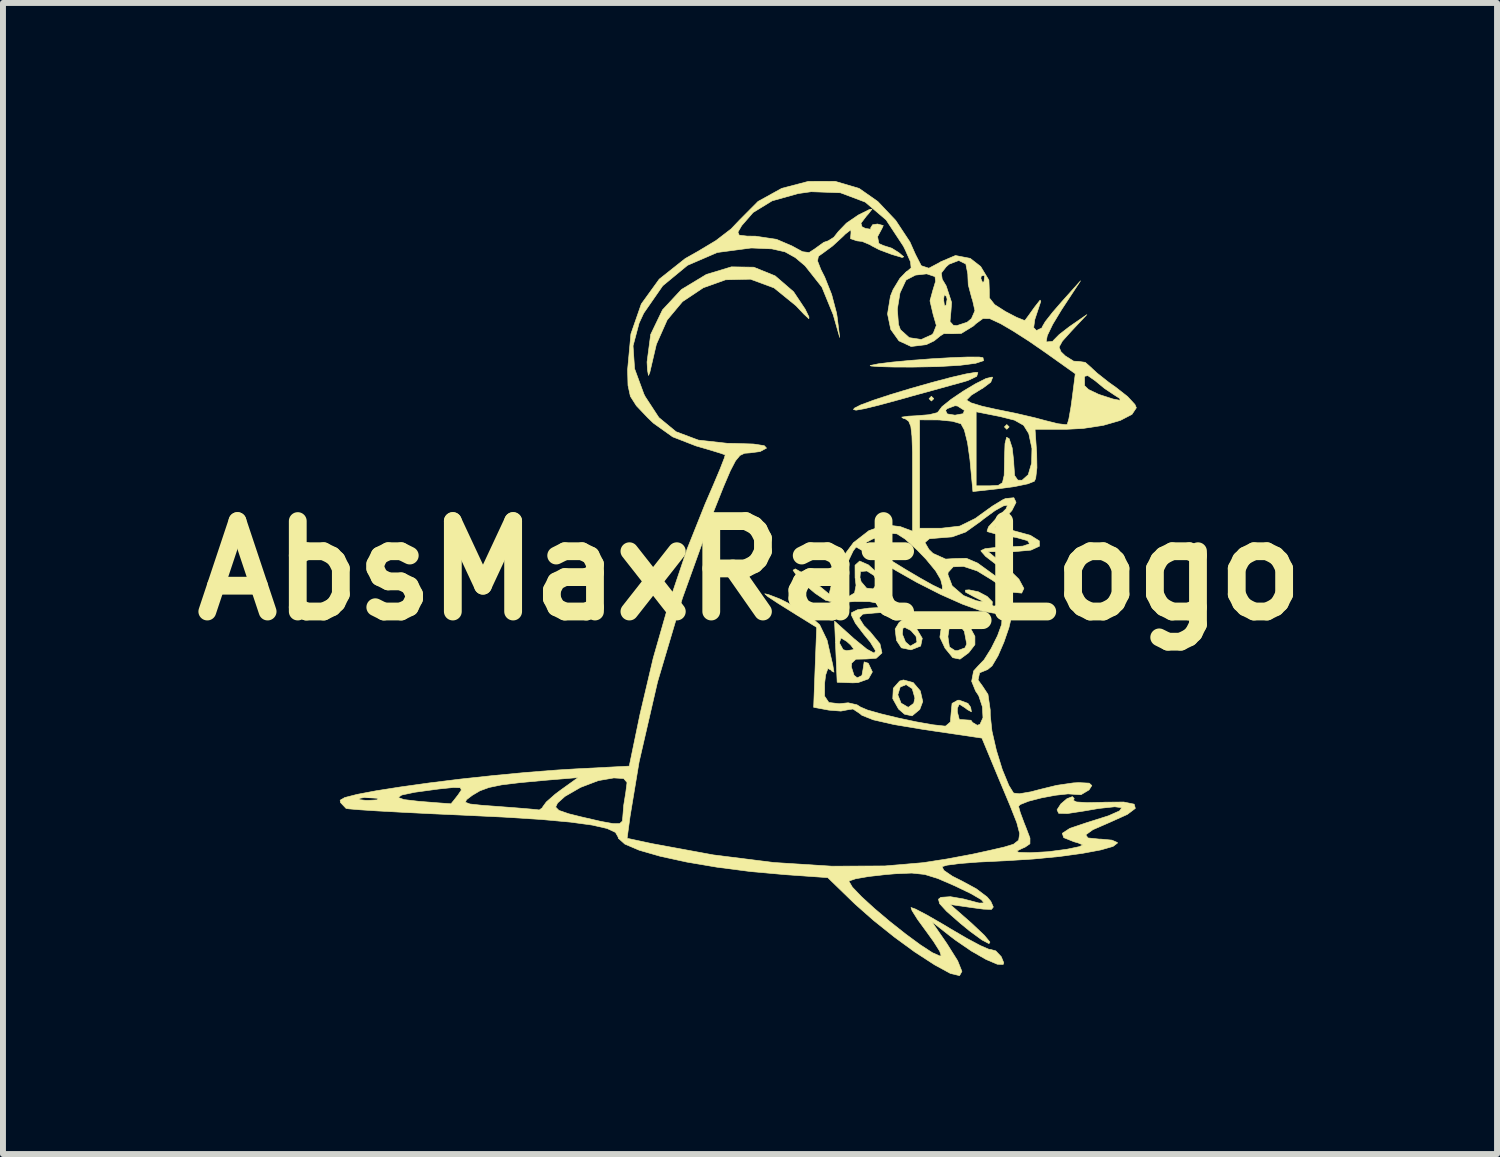
<source format=kicad_pcb>
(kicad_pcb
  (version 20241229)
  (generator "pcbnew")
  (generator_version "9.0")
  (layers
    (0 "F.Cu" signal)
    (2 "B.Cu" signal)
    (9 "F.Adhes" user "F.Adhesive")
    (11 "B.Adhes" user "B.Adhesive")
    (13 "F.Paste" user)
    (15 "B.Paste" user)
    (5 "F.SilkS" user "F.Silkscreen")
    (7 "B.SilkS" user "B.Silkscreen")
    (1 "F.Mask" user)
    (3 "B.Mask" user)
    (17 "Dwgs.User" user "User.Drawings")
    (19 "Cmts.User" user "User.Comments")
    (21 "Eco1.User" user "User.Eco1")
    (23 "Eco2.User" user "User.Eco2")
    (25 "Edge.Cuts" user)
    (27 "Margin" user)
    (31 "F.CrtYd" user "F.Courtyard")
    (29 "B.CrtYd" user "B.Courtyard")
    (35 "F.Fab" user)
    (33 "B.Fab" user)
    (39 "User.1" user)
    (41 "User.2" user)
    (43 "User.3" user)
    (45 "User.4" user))
  (footprint "AbsMaxRat_Logo"
    (layer "F.Cu")
    (at 9.587 6.564)
    (property "Reference" "AbsMaxRat_Logo" (at 0 0 0) (layer "F.SilkS") (effects (font (size 1.524 1.524) (thickness 0.3))))
    (attr through_hole)
    (fp_poly (pts (xy 3.096 -2.897) (xy 3.056 -2.857) (xy 3.016 -2.897) (xy 3.056 -2.937) (xy 3.096 -2.897)) (stroke (width 0.01) (type solid)) (fill yes) (layer "F.SilkS"))
    (fp_poly (pts (xy 4.366 -2.421) (xy 4.326 -2.381) (xy 4.286 -2.421) (xy 4.326 -2.461) (xy 4.366 -2.421)) (stroke (width 0.01) (type solid)) (fill yes) (layer "F.SilkS"))
    (fp_poly (pts (xy 3.864 -3.598) (xy 3.925 -3.588) (xy 3.935 -3.537) (xy 3.801 -3.493) (xy 3.539 -3.459) (xy 3.165 -3.437) (xy 2.738 -3.429) (xy 2.416 -3.43) (xy 2.172 -3.437) (xy 2.038 -3.447) (xy 2.024 -3.456) (xy 2.16 -3.484) (xy 2.404 -3.514) (xy 2.717 -3.543) (xy 3.059 -3.569) (xy 3.391 -3.588) (xy 3.672 -3.599) (xy 3.864 -3.598)) (stroke (width 0.01) (type solid)) (fill yes) (layer "F.SilkS"))
    (fp_poly (pts (xy 3.839 -3.336) (xy 3.819 -3.273) (xy 3.671 -3.203) (xy 3.602 -3.182) (xy 3.384 -3.122) (xy 3.07 -3.035) (xy 2.713 -2.937) (xy 2.58 -2.899) (xy 2.187 -2.792) (xy 1.928 -2.728) (xy 1.786 -2.703) (xy 1.743 -2.714) (xy 1.758 -2.737) (xy 1.864 -2.791) (xy 2.082 -2.872) (xy 2.377 -2.969) (xy 2.716 -3.071) (xy 3.062 -3.169) (xy 3.382 -3.254) (xy 3.64 -3.314) (xy 3.803 -3.341) (xy 3.839 -3.336)) (stroke (width 0.01) (type solid)) (fill yes) (layer "F.SilkS"))
    (fp_poly (pts (xy 2.696 0.844) (xy 2.786 0.945) (xy 2.902 1.141) (xy 2.875 1.271) (xy 2.712 1.335) (xy 2.55 1.301) (xy 2.468 1.176) (xy 2.455 1.07) (xy 2.566 1.07) (xy 2.619 1.201) (xy 2.698 1.27) (xy 2.703 1.27) (xy 2.803 1.213) (xy 2.812 1.2) (xy 2.797 1.108) (xy 2.709 1.008) (xy 2.61 0.958) (xy 2.576 0.97) (xy 2.566 1.07) (xy 2.455 1.07) (xy 2.445 0.984) (xy 2.513 0.873) (xy 2.607 0.805) (xy 2.696 0.844)) (stroke (width 0.01) (type solid)) (fill yes) (layer "F.SilkS"))
    (fp_poly (pts (xy 2.749 1.886) (xy 2.869 2.027) (xy 2.91 2.206) (xy 2.86 2.339) (xy 2.731 2.447) (xy 2.604 2.42) (xy 2.502 2.332) (xy 2.405 2.158) (xy 2.408 2.093) (xy 2.49 2.093) (xy 2.545 2.233) (xy 2.663 2.302) (xy 2.668 2.302) (xy 2.758 2.236) (xy 2.778 2.148) (xy 2.733 1.989) (xy 2.63 1.921) (xy 2.53 1.962) (xy 2.49 2.093) (xy 2.408 2.093) (xy 2.414 1.982) (xy 2.52 1.861) (xy 2.584 1.842) (xy 2.749 1.886)) (stroke (width 0.01) (type solid)) (fill yes) (layer "F.SilkS"))
    (fp_poly (pts (xy 0.063 -5.112) (xy 0.423 -4.966) (xy 0.734 -4.698) (xy 0.929 -4.405) (xy 0.993 -4.274) (xy 0.991 -4.244) (xy 0.908 -4.321) (xy 0.774 -4.463) (xy 0.405 -4.763) (xy 0.007 -4.91) (xy -0.413 -4.9) (xy -0.787 -4.766) (xy -1.138 -4.532) (xy -1.396 -4.223) (xy -1.578 -3.813) (xy -1.69 -3.334) (xy -1.711 -3.288) (xy -1.728 -3.381) (xy -1.735 -3.516) (xy -1.674 -3.979) (xy -1.475 -4.393) (xy -1.156 -4.736) (xy -0.736 -4.99) (xy -0.313 -5.118) (xy 0.063 -5.112)) (stroke (width 0.01) (type solid)) (fill yes) (layer "F.SilkS"))
    (fp_poly (pts (xy 3.666 0.887) (xy 3.682 0.91) (xy 3.789 1.108) (xy 3.789 1.248) (xy 3.685 1.383) (xy 3.538 1.492) (xy 3.416 1.467) (xy 3.285 1.306) (xy 3.199 1.122) (xy 3.2 1.111) (xy 3.334 1.111) (xy 3.359 1.286) (xy 3.452 1.347) (xy 3.493 1.349) (xy 3.621 1.302) (xy 3.651 1.237) (xy 3.611 1.023) (xy 3.509 0.892) (xy 3.444 0.873) (xy 3.359 0.945) (xy 3.334 1.111) (xy 3.2 1.111) (xy 3.224 0.949) (xy 3.241 0.91) (xy 3.365 0.746) (xy 3.51 0.739) (xy 3.666 0.887)) (stroke (width 0.01) (type solid)) (fill yes) (layer "F.SilkS"))
    (fp_poly (pts (xy 1.839 -6.439) (xy 2.153 -6.219) (xy 2.454 -5.901) (xy 2.694 -5.538) (xy 2.786 -5.33) (xy 2.885 -5.137) (xy 3.013 -5.095) (xy 3.198 -5.193) (xy 3.21 -5.202) (xy 3.461 -5.309) (xy 3.71 -5.261) (xy 3.886 -5.124) (xy 4.025 -4.893) (xy 4.031 -4.734) (xy 4.032 -4.595) (xy 4.121 -4.482) (xy 4.304 -4.365) (xy 4.494 -4.266) (xy 4.615 -4.218) (xy 4.635 -4.219) (xy 4.692 -4.296) (xy 4.798 -4.444) (xy 4.799 -4.445) (xy 4.887 -4.557) (xy 4.899 -4.537) (xy 4.882 -4.485) (xy 4.798 -4.231) (xy 4.779 -4.094) (xy 4.822 -4.049) (xy 4.833 -4.048) (xy 4.919 -4.09) (xy 4.924 -4.108) (xy 4.974 -4.194) (xy 5.103 -4.358) (xy 5.247 -4.524) (xy 5.568 -4.882) (xy 5.245 -4.39) (xy 5.099 -4.148) (xy 5.008 -3.959) (xy 4.99 -3.859) (xy 4.995 -3.853) (xy 5.098 -3.862) (xy 5.117 -3.884) (xy 5.209 -3.977) (xy 5.377 -4.107) (xy 5.42 -4.137) (xy 5.675 -4.313) (xy 5.415 -4.036) (xy 5.262 -3.866) (xy 5.207 -3.766) (xy 5.239 -3.688) (xy 5.311 -3.618) (xy 5.452 -3.529) (xy 5.542 -3.524) (xy 5.647 -3.509) (xy 5.721 -3.445) (xy 5.846 -3.329) (xy 6.046 -3.171) (xy 6.167 -3.085) (xy 6.361 -2.933) (xy 6.485 -2.799) (xy 6.509 -2.743) (xy 6.435 -2.632) (xy 6.238 -2.53) (xy 5.951 -2.447) (xy 5.61 -2.395) (xy 5.336 -2.381) (xy 4.802 -2.381) (xy 4.83 -1.977) (xy 4.834 -1.733) (xy 4.813 -1.555) (xy 4.791 -1.506) (xy 4.68 -1.462) (xy 4.463 -1.417) (xy 4.239 -1.386) (xy 3.755 -1.332) (xy 3.746 -1.429) (xy 3.81 -1.429) (xy 4.048 -1.429) (xy 4.182 -1.436) (xy 4.253 -1.481) (xy 4.282 -1.605) (xy 4.287 -1.843) (xy 4.287 -1.885) (xy 4.296 -2.14) (xy 4.323 -2.246) (xy 4.366 -2.223) (xy 4.417 -2.067) (xy 4.443 -1.84) (xy 4.444 -1.8) (xy 4.458 -1.601) (xy 4.512 -1.524) (xy 4.584 -1.523) (xy 4.687 -1.615) (xy 4.744 -1.81) (xy 4.75 -2.057) (xy 4.697 -2.306) (xy 4.693 -2.314) (xy 4.61 -2.448) (xy 4.456 -2.535) (xy 4.213 -2.596) (xy 3.81 -2.676) (xy 3.81 -1.429) (xy 3.746 -1.429) (xy 3.705 -1.871) (xy 3.665 -2.154) (xy 3.611 -2.37) (xy 3.554 -2.474) (xy 3.411 -2.516) (xy 3.193 -2.538) (xy 3.155 -2.539) (xy 2.857 -2.54) (xy 2.857 -0.714) (xy 3.223 -0.714) (xy 3.534 -0.75) (xy 3.796 -0.879) (xy 3.878 -0.939) (xy 4.084 -1.087) (xy 4.258 -1.193) (xy 4.304 -1.214) (xy 4.445 -1.228) (xy 4.482 -1.15) (xy 4.412 -1.012) (xy 4.329 -0.922) (xy 4.124 -0.733) (xy 4.423 -0.677) (xy 4.723 -0.595) (xy 4.874 -0.501) (xy 4.877 -0.412) (xy 4.732 -0.345) (xy 4.438 -0.318) (xy 4.422 -0.318) (xy 4.012 -0.318) (xy 4.308 -0.074) (xy 4.53 0.144) (xy 4.614 0.3) (xy 4.577 0.379) (xy 4.433 0.365) (xy 4.197 0.242) (xy 4.082 0.161) (xy 3.827 0.005) (xy 3.597 -0.071) (xy 3.423 -0.064) (xy 3.337 0.031) (xy 3.334 0.067) (xy 3.406 0.257) (xy 3.595 0.419) (xy 3.81 0.506) (xy 3.92 0.528) (xy 3.895 0.502) (xy 3.77 0.439) (xy 3.63 0.362) (xy 3.629 0.329) (xy 3.691 0.324) (xy 3.847 0.357) (xy 3.995 0.435) (xy 4.083 0.525) (xy 4.079 0.578) (xy 4.103 0.599) (xy 4.19 0.583) (xy 4.343 0.588) (xy 4.404 0.633) (xy 4.41 0.756) (xy 4.362 0.962) (xy 4.278 1.205) (xy 4.178 1.436) (xy 4.078 1.605) (xy 4.003 1.667) (xy 3.868 1.722) (xy 3.842 1.843) (xy 3.917 1.946) (xy 4.009 2.086) (xy 4.047 2.347) (xy 4.048 2.439) (xy 4.076 2.703) (xy 4.15 3.026) (xy 4.25 3.351) (xy 4.361 3.62) (xy 4.44 3.748) (xy 4.537 3.76) (xy 4.732 3.727) (xy 4.876 3.689) (xy 5.166 3.618) (xy 5.446 3.577) (xy 5.539 3.572) (xy 5.715 3.581) (xy 5.759 3.621) (xy 5.712 3.695) (xy 5.576 3.776) (xy 5.49 3.771) (xy 5.358 3.762) (xy 5.146 3.785) (xy 4.907 3.83) (xy 4.691 3.886) (xy 4.551 3.942) (xy 4.524 3.972) (xy 4.553 4.076) (xy 4.622 4.262) (xy 4.645 4.318) (xy 4.717 4.507) (xy 4.716 4.603) (xy 4.633 4.66) (xy 4.586 4.68) (xy 4.494 4.725) (xy 4.527 4.747) (xy 4.703 4.753) (xy 4.723 4.753) (xy 5.027 4.736) (xy 5.337 4.695) (xy 5.358 4.691) (xy 5.552 4.65) (xy 5.605 4.621) (xy 5.528 4.588) (xy 5.457 4.568) (xy 5.285 4.499) (xy 5.261 4.426) (xy 5.388 4.343) (xy 5.669 4.248) (xy 5.695 4.24) (xy 6.039 4.131) (xy 6.228 4.047) (xy 6.262 3.994) (xy 6.145 3.979) (xy 5.878 4.007) (xy 5.634 4.049) (xy 5.348 4.093) (xy 5.2 4.089) (xy 5.173 4.03) (xy 5.237 3.931) (xy 5.34 3.843) (xy 5.432 3.808) (xy 5.462 3.841) (xy 5.448 3.872) (xy 5.501 3.898) (xy 5.676 3.909) (xy 5.936 3.904) (xy 5.969 3.902) (xy 6.297 3.899) (xy 6.472 3.935) (xy 6.492 4.006) (xy 6.357 4.108) (xy 6.066 4.239) (xy 6.048 4.247) (xy 5.775 4.366) (xy 5.657 4.452) (xy 5.694 4.504) (xy 5.887 4.524) (xy 5.913 4.524) (xy 6.097 4.541) (xy 6.189 4.581) (xy 6.191 4.59) (xy 6.116 4.647) (xy 5.91 4.706) (xy 5.6 4.764) (xy 5.213 4.817) (xy 4.776 4.859) (xy 4.317 4.888) (xy 4.209 4.893) (xy 3.842 4.911) (xy 3.535 4.935) (xy 3.32 4.963) (xy 3.235 4.988) (xy 3.266 5.051) (xy 3.409 5.149) (xy 3.572 5.231) (xy 3.812 5.361) (xy 3.996 5.5) (xy 4.057 5.573) (xy 4.099 5.668) (xy 4.068 5.708) (xy 3.933 5.704) (xy 3.759 5.681) (xy 3.373 5.626) (xy 3.731 5.94) (xy 3.947 6.144) (xy 4.042 6.259) (xy 4.026 6.285) (xy 3.908 6.223) (xy 3.701 6.072) (xy 3.546 5.945) (xy 3.313 5.741) (xy 3.194 5.611) (xy 3.175 5.536) (xy 3.215 5.505) (xy 3.376 5.494) (xy 3.598 5.532) (xy 3.634 5.542) (xy 3.859 5.601) (xy 3.944 5.599) (xy 3.896 5.543) (xy 3.72 5.441) (xy 3.452 5.312) (xy 3.163 5.187) (xy 2.942 5.119) (xy 2.725 5.096) (xy 2.445 5.108) (xy 2.288 5.121) (xy 1.997 5.154) (xy 1.779 5.192) (xy 1.672 5.228) (xy 1.667 5.236) (xy 1.724 5.333) (xy 1.877 5.493) (xy 2.097 5.694) (xy 2.355 5.912) (xy 2.623 6.124) (xy 2.872 6.307) (xy 3.073 6.438) (xy 3.198 6.493) (xy 3.221 6.489) (xy 3.196 6.413) (xy 3.094 6.251) (xy 2.97 6.079) (xy 2.822 5.876) (xy 2.73 5.729) (xy 2.712 5.676) (xy 2.787 5.702) (xy 2.966 5.795) (xy 3.217 5.939) (xy 3.372 6.032) (xy 3.653 6.196) (xy 3.881 6.318) (xy 4.026 6.381) (xy 4.057 6.384) (xy 4.14 6.407) (xy 4.232 6.504) (xy 4.275 6.607) (xy 4.265 6.636) (xy 4.166 6.632) (xy 3.976 6.551) (xy 3.73 6.41) (xy 3.463 6.227) (xy 3.376 6.161) (xy 3.061 5.913) (xy 3.317 6.285) (xy 3.498 6.573) (xy 3.57 6.753) (xy 3.53 6.824) (xy 3.377 6.788) (xy 3.111 6.643) (xy 2.772 6.423) (xy 2.433 6.175) (xy 2.079 5.892) (xy 1.781 5.629) (xy 1.746 5.596) (xy 1.31 5.173) (xy 0.595 5.123) (xy 0.006 5.07) (xy -0.556 4.997) (xy -1.069 4.91) (xy -1.513 4.813) (xy -1.867 4.711) (xy -2.109 4.608) (xy -2.218 4.51) (xy -2.218 4.51) (xy -2.071 4.51) (xy -1.651 4.6) (xy -0.618 4.79) (xy 0.402 4.918) (xy 1.377 4.98) (xy 2.273 4.976) (xy 2.916 4.921) (xy 3.314 4.859) (xy 3.752 4.777) (xy 4.048 4.712) (xy 4.282 4.658) (xy 4.44 4.61) (xy 4.526 4.542) (xy 4.543 4.43) (xy 4.495 4.247) (xy 4.385 3.968) (xy 4.217 3.567) (xy 4.205 3.539) (xy 3.907 2.822) (xy 2.926 2.677) (xy 2.423 2.593) (xy 2.077 2.514) (xy 1.885 2.438) (xy 1.851 2.409) (xy 1.735 2.332) (xy 1.667 2.341) (xy 1.531 2.367) (xy 1.329 2.351) (xy 1.324 2.35) (xy 1.072 2.303) (xy 1.097 1.629) (xy 1.123 0.956) (xy 0.768 0.736) (xy 0.469 0.549) (xy 0.298 0.436) (xy 0.248 0.39) (xy 0.311 0.404) (xy 0.481 0.469) (xy 0.516 0.484) (xy 0.917 0.686) (xy 1.173 0.912) (xy 1.298 1.172) (xy 1.299 1.176) (xy 1.355 1.422) (xy 1.394 1.587) (xy 1.414 1.711) (xy 1.376 1.692) (xy 1.366 1.677) (xy 1.312 1.649) (xy 1.274 1.758) (xy 1.257 1.895) (xy 1.256 2.115) (xy 1.328 2.222) (xy 1.504 2.243) (xy 1.653 2.227) (xy 1.802 2.261) (xy 1.862 2.299) (xy 1.979 2.349) (xy 2.205 2.413) (xy 2.495 2.483) (xy 2.801 2.548) (xy 3.077 2.597) (xy 3.275 2.619) (xy 3.296 2.619) (xy 3.376 2.55) (xy 3.388 2.401) (xy 3.404 2.237) (xy 3.5 2.184) (xy 3.526 2.183) (xy 3.671 2.237) (xy 3.717 2.302) (xy 3.73 2.379) (xy 3.662 2.342) (xy 3.624 2.312) (xy 3.525 2.249) (xy 3.494 2.318) (xy 3.493 2.38) (xy 3.526 2.509) (xy 3.606 2.513) (xy 3.722 2.521) (xy 3.75 2.559) (xy 3.829 2.606) (xy 3.875 2.589) (xy 3.925 2.478) (xy 3.915 2.294) (xy 3.853 2.107) (xy 3.8 2.028) (xy 3.734 1.865) (xy 3.767 1.691) (xy 3.839 1.611) (xy 3.944 1.502) (xy 4.063 1.312) (xy 4.171 1.095) (xy 4.24 0.904) (xy 4.245 0.791) (xy 4.132 0.72) (xy 4.086 0.714) (xy 3.883 0.675) (xy 3.579 0.565) (xy 3.21 0.401) (xy 2.81 0.198) (xy 2.456 -0.003) (xy 2.175 -0.171) (xy 1.951 -0.304) (xy 1.814 -0.383) (xy 1.787 -0.397) (xy 1.737 -0.33) (xy 1.658 -0.165) (xy 1.57 0.046) (xy 1.493 0.253) (xy 1.45 0.402) (xy 1.449 0.444) (xy 1.554 0.461) (xy 1.655 0.44) (xy 1.761 0.377) (xy 1.786 0.248) (xy 1.77 0.115) (xy 1.77 0.115) (xy 1.852 0.115) (xy 1.872 0.187) (xy 1.963 0.295) (xy 2.075 0.308) (xy 2.141 0.222) (xy 2.143 0.196) (xy 2.088 0.082) (xy 1.97 0.006) (xy 1.864 0.015) (xy 1.86 0.019) (xy 1.852 0.115) (xy 1.77 0.115) (xy 1.769 -0.09) (xy 1.847 -0.161) (xy 1.994 -0.097) (xy 2.141 0.037) (xy 2.259 0.191) (xy 2.262 0.301) (xy 2.232 0.346) (xy 2.184 0.448) (xy 2.26 0.504) (xy 2.375 0.584) (xy 2.351 0.66) (xy 2.206 0.708) (xy 2.103 0.714) (xy 1.9 0.733) (xy 1.839 0.798) (xy 1.918 0.925) (xy 2.024 1.032) (xy 2.189 1.233) (xy 2.223 1.387) (xy 2.127 1.476) (xy 1.965 1.489) (xy 1.783 1.493) (xy 1.713 1.559) (xy 1.707 1.621) (xy 1.752 1.763) (xy 1.806 1.806) (xy 1.885 1.768) (xy 1.905 1.658) (xy 1.923 1.538) (xy 1.988 1.559) (xy 1.995 1.566) (xy 2.061 1.707) (xy 1.995 1.824) (xy 1.82 1.887) (xy 1.73 1.891) (xy 1.468 1.881) (xy 1.446 1.366) (xy 1.44 1.221) (xy 1.508 1.221) (xy 1.568 1.332) (xy 1.627 1.349) (xy 1.733 1.333) (xy 1.746 1.319) (xy 1.694 1.251) (xy 1.627 1.191) (xy 1.533 1.135) (xy 1.508 1.208) (xy 1.508 1.221) (xy 1.44 1.221) (xy 1.424 0.851) (xy 1.751 1.146) (xy 1.969 1.324) (xy 2.093 1.391) (xy 2.115 1.35) (xy 2.026 1.205) (xy 1.914 1.069) (xy 1.776 0.888) (xy 1.708 0.75) (xy 1.709 0.71) (xy 1.812 0.659) (xy 2.006 0.631) (xy 2.049 0.629) (xy 2.223 0.62) (xy 2.254 0.594) (xy 2.183 0.556) (xy 2.007 0.522) (xy 1.758 0.521) (xy 1.667 0.528) (xy 1.44 0.541) (xy 1.273 0.5) (xy 1.096 0.381) (xy 0.992 0.293) (xy 0.8 0.105) (xy 0.725 -0.007) (xy 0.763 -0.029) (xy 0.908 0.052) (xy 1.048 0.16) (xy 1.333 0.395) (xy 1.386 0.178) (xy 1.525 -0.177) (xy 1.741 -0.469) (xy 1.743 -0.471) (xy 1.951 -0.471) (xy 2 -0.421) (xy 2.152 -0.314) (xy 2.371 -0.173) (xy 2.623 -0.018) (xy 2.871 0.128) (xy 3.08 0.245) (xy 3.215 0.31) (xy 3.24 0.316) (xy 3.239 0.254) (xy 3.212 0.149) (xy 3.127 0.004) (xy 2.963 -0.195) (xy 2.814 -0.349) (xy 2.677 -0.473) (xy 2.947 -0.473) (xy 3.015 -0.356) (xy 3.083 -0.29) (xy 3.296 -0.194) (xy 3.461 -0.204) (xy 3.645 -0.208) (xy 3.834 -0.127) (xy 4.001 -0.006) (xy 4.243 0.17) (xy 4.382 0.233) (xy 4.415 0.182) (xy 4.402 0.139) (xy 4.314 0.031) (xy 4.15 -0.103) (xy 4.127 -0.119) (xy 3.97 -0.239) (xy 3.892 -0.328) (xy 3.89 -0.337) (xy 3.961 -0.37) (xy 4.147 -0.391) (xy 4.331 -0.397) (xy 4.598 -0.413) (xy 4.713 -0.453) (xy 4.675 -0.505) (xy 4.482 -0.559) (xy 4.361 -0.578) (xy 4.148 -0.615) (xy 4.011 -0.653) (xy 3.993 -0.664) (xy 4.018 -0.737) (xy 4.135 -0.867) (xy 4.178 -0.906) (xy 4.315 -1.043) (xy 4.339 -1.103) (xy 4.269 -1.09) (xy 4.127 -1.011) (xy 3.934 -0.87) (xy 3.889 -0.833) (xy 3.633 -0.65) (xy 3.405 -0.568) (xy 3.247 -0.556) (xy 3.022 -0.537) (xy 2.947 -0.473) (xy 2.677 -0.473) (xy 2.614 -0.531) (xy 2.477 -0.619) (xy 2.356 -0.631) (xy 2.233 -0.597) (xy 2.053 -0.527) (xy 1.952 -0.471) (xy 1.951 -0.471) (xy 1.743 -0.471) (xy 2.004 -0.674) (xy 2.284 -0.77) (xy 2.53 -0.742) (xy 2.738 -0.664) (xy 2.738 -1.599) (xy 2.737 -1.998) (xy 2.728 -2.266) (xy 2.709 -2.43) (xy 2.673 -2.517) (xy 2.618 -2.556) (xy 2.58 -2.566) (xy 2.556 -2.586) (xy 2.666 -2.602) (xy 2.798 -2.609) (xy 3.018 -2.627) (xy 3.154 -2.661) (xy 3.175 -2.682) (xy 3.187 -2.699) (xy 3.294 -2.699) (xy 3.323 -2.64) (xy 3.453 -2.619) (xy 3.591 -2.644) (xy 3.612 -2.699) (xy 3.496 -2.773) (xy 3.453 -2.778) (xy 3.32 -2.728) (xy 3.294 -2.699) (xy 3.187 -2.699) (xy 3.235 -2.763) (xy 3.387 -2.885) (xy 3.589 -3.022) (xy 3.8 -3.148) (xy 3.977 -3.237) (xy 4.079 -3.261) (xy 4.087 -3.255) (xy 4.056 -3.174) (xy 3.92 -3.072) (xy 3.892 -3.057) (xy 3.73 -2.957) (xy 3.652 -2.878) (xy 3.651 -2.872) (xy 3.723 -2.827) (xy 3.909 -2.77) (xy 4.147 -2.717) (xy 4.478 -2.65) (xy 4.803 -2.574) (xy 4.978 -2.527) (xy 5.188 -2.475) (xy 5.323 -2.459) (xy 5.345 -2.465) (xy 5.372 -2.557) (xy 5.407 -2.756) (xy 5.428 -2.909) (xy 5.474 -3.268) (xy 5.636 -3.268) (xy 5.637 -3.132) (xy 5.637 -3.115) (xy 5.704 -3.051) (xy 5.868 -2.973) (xy 5.895 -2.963) (xy 6.117 -2.891) (xy 6.234 -2.869) (xy 6.231 -2.9) (xy 6.152 -2.95) (xy 5.972 -3.07) (xy 5.814 -3.2) (xy 5.692 -3.285) (xy 5.636 -3.274) (xy 5.636 -3.268) (xy 5.474 -3.268) (xy 5.48 -3.317) (xy 4.982 -3.671) (xy 4.7 -3.866) (xy 4.428 -4.04) (xy 4.225 -4.159) (xy 4.219 -4.162) (xy 4.038 -4.246) (xy 3.924 -4.247) (xy 3.806 -4.161) (xy 3.766 -4.123) (xy 3.559 -3.996) (xy 3.417 -3.991) (xy 3.266 -3.993) (xy 3.207 -3.956) (xy 3.102 -3.871) (xy 2.969 -3.807) (xy 2.714 -3.776) (xy 2.509 -3.871) (xy 2.371 -4.064) (xy 2.317 -4.324) (xy 2.33 -4.406) (xy 2.482 -4.406) (xy 2.501 -4.149) (xy 2.534 -4.059) (xy 2.683 -3.925) (xy 2.884 -3.894) (xy 3.065 -3.975) (xy 3.088 -4) (xy 3.139 -4.131) (xy 3.085 -4.317) (xy 3.085 -4.317) (xy 3.032 -4.545) (xy 3.039 -4.571) (xy 3.261 -4.571) (xy 3.275 -4.468) (xy 3.302 -4.466) (xy 3.321 -4.573) (xy 3.309 -4.619) (xy 3.273 -4.649) (xy 3.261 -4.571) (xy 3.039 -4.571) (xy 3.078 -4.715) (xy 3.126 -4.873) (xy 3.117 -4.953) (xy 2.977 -5) (xy 2.788 -4.979) (xy 2.636 -4.9) (xy 2.625 -4.889) (xy 2.527 -4.68) (xy 2.482 -4.406) (xy 2.33 -4.406) (xy 2.366 -4.625) (xy 2.41 -4.734) (xy 2.525 -4.924) (xy 2.612 -5.014) (xy 3.223 -5.014) (xy 3.238 -4.909) (xy 3.305 -4.797) (xy 3.396 -4.519) (xy 3.385 -4.365) (xy 3.369 -4.196) (xy 3.426 -4.133) (xy 3.485 -4.128) (xy 3.658 -4.185) (xy 3.731 -4.246) (xy 3.789 -4.379) (xy 3.748 -4.562) (xy 3.738 -4.586) (xy 3.677 -4.816) (xy 3.672 -4.921) (xy 3.889 -4.921) (xy 3.918 -4.856) (xy 3.942 -4.868) (xy 3.952 -4.963) (xy 3.942 -4.974) (xy 3.895 -4.963) (xy 3.889 -4.921) (xy 3.672 -4.921) (xy 3.669 -4.999) (xy 3.636 -5.166) (xy 3.517 -5.225) (xy 3.355 -5.163) (xy 3.305 -5.119) (xy 3.223 -5.014) (xy 2.612 -5.014) (xy 2.639 -5.041) (xy 2.656 -5.05) (xy 2.714 -5.1) (xy 2.704 -5.203) (xy 2.619 -5.396) (xy 2.585 -5.465) (xy 2.292 -5.91) (xy 1.941 -6.209) (xy 1.523 -6.366) (xy 1.031 -6.384) (xy 0.811 -6.353) (xy 0.372 -6.23) (xy 0.052 -6.034) (xy -0.141 -5.812) (xy -0.204 -5.703) (xy -0.183 -5.652) (xy -0.048 -5.636) (xy 0.09 -5.635) (xy 0.445 -5.582) (xy 0.703 -5.472) (xy 0.885 -5.373) (xy 0.996 -5.359) (xy 1.097 -5.425) (xy 1.107 -5.433) (xy 1.243 -5.531) (xy 1.317 -5.556) (xy 1.412 -5.616) (xy 1.488 -5.713) (xy 1.625 -5.855) (xy 1.826 -5.992) (xy 1.845 -6.001) (xy 2.011 -6.084) (xy 2.055 -6.09) (xy 1.997 -6.014) (xy 1.961 -5.974) (xy 1.869 -5.853) (xy 1.887 -5.793) (xy 1.945 -5.765) (xy 2.034 -5.752) (xy 2.034 -5.778) (xy 2.066 -5.828) (xy 2.148 -5.84) (xy 2.245 -5.814) (xy 2.221 -5.761) (xy 2.149 -5.627) (xy 2.17 -5.512) (xy 2.247 -5.477) (xy 2.388 -5.432) (xy 2.505 -5.359) (xy 2.59 -5.287) (xy 2.563 -5.276) (xy 2.407 -5.322) (xy 2.381 -5.33) (xy 2.176 -5.407) (xy 2.038 -5.479) (xy 2.028 -5.488) (xy 1.89 -5.546) (xy 1.801 -5.556) (xy 1.693 -5.593) (xy 1.701 -5.691) (xy 1.699 -5.743) (xy 1.605 -5.67) (xy 1.566 -5.631) (xy 1.391 -5.47) (xy 1.235 -5.355) (xy 1.152 -5.296) (xy 1.137 -5.218) (xy 1.193 -5.074) (xy 1.258 -4.946) (xy 1.375 -4.653) (xy 1.458 -4.339) (xy 1.468 -4.274) (xy 1.511 -3.929) (xy 1.401 -4.313) (xy 1.211 -4.777) (xy 0.927 -5.136) (xy 0.763 -5.274) (xy 0.589 -5.371) (xy 0.368 -5.421) (xy 0.045 -5.435) (xy 0.014 -5.435) (xy -0.552 -5.36) (xy -1.053 -5.144) (xy -1.471 -4.799) (xy -1.792 -4.336) (xy -1.869 -4.17) (xy -1.971 -3.787) (xy -1.945 -3.401) (xy -1.788 -2.974) (xy -1.766 -2.931) (xy -1.536 -2.579) (xy -1.246 -2.34) (xy -0.871 -2.199) (xy -0.384 -2.145) (xy -0.256 -2.143) (xy 0.058 -2.133) (xy 0.24 -2.105) (xy 0.278 -2.064) (xy 0.17 -2.006) (xy 0.002 -1.984) (xy -0.092 -1.977) (xy -0.17 -1.94) (xy -0.245 -1.849) (xy -0.332 -1.682) (xy -0.446 -1.415) (xy -0.601 -1.026) (xy -0.622 -0.972) (xy -1.14 0.467) (xy -1.558 1.874) (xy -1.869 3.223) (xy -2.021 4.14) (xy -2.071 4.51) (xy -2.218 4.51) (xy -2.223 4.488) (xy -2.267 4.411) (xy -2.408 4.345) (xy -2.657 4.288) (xy -3.022 4.238) (xy -3.516 4.193) (xy -4.149 4.153) (xy -4.842 4.12) (xy -5.374 4.096) (xy -5.855 4.072) (xy -6.263 4.05) (xy -6.572 4.03) (xy -6.761 4.014) (xy -6.806 4.007) (xy -6.899 3.909) (xy -6.906 3.868) (xy -6.887 3.858) (xy -6.593 3.858) (xy -6.483 3.87) (xy -6.429 3.871) (xy -6.285 3.863) (xy -6.268 3.842) (xy -6.29 3.835) (xy -6.491 3.822) (xy -5.928 3.822) (xy -5.83 3.858) (xy -5.574 3.888) (xy -5.556 3.889) (xy -5.293 3.91) (xy -5.107 3.924) (xy -5.038 3.929) (xy -5.017 3.903) (xy -4.796 3.903) (xy -4.72 3.932) (xy -4.528 3.953) (xy -4.247 3.974) (xy -3.942 3.997) (xy -3.701 4.017) (xy -3.565 4.031) (xy -3.552 4.034) (xy -3.493 3.991) (xy -3.493 3.984) (xy -3.275 3.984) (xy -3.22 4.04) (xy -3.054 4.097) (xy -2.841 4.15) (xy -2.511 4.226) (xy -2.306 4.263) (xy -2.196 4.262) (xy -2.151 4.221) (xy -2.143 4.14) (xy -2.143 4.137) (xy -2.128 3.952) (xy -2.094 3.741) (xy -2.072 3.57) (xy -2.129 3.503) (xy -2.295 3.493) (xy -2.556 3.538) (xy -2.855 3.652) (xy -3.118 3.804) (xy -3.243 3.916) (xy -3.275 3.984) (xy -3.493 3.984) (xy -3.493 3.981) (xy -3.433 3.899) (xy -3.284 3.768) (xy -3.195 3.701) (xy -2.897 3.487) (xy -3.453 3.533) (xy -3.882 3.573) (xy -4.186 3.61) (xy -4.398 3.654) (xy -4.551 3.71) (xy -4.678 3.785) (xy -4.686 3.791) (xy -4.777 3.86) (xy -4.796 3.903) (xy -5.017 3.903) (xy -4.994 3.875) (xy -4.919 3.779) (xy -4.864 3.697) (xy -4.881 3.658) (xy -4.997 3.654) (xy -5.24 3.679) (xy -5.279 3.684) (xy -5.652 3.735) (xy -5.868 3.781) (xy -5.928 3.822) (xy -6.491 3.822) (xy -6.492 3.822) (xy -6.568 3.835) (xy -6.593 3.858) (xy -6.887 3.858) (xy -6.83 3.824) (xy -6.619 3.77) (xy -6.296 3.709) (xy -5.882 3.644) (xy -5.401 3.577) (xy -4.875 3.512) (xy -4.327 3.453) (xy -3.78 3.401) (xy -3.256 3.36) (xy -2.943 3.341) (xy -2.035 3.294) (xy -1.854 2.421) (xy -1.631 1.474) (xy -1.36 0.527) (xy -1.059 -0.366) (xy -0.757 -1.122) (xy -0.616 -1.448) (xy -0.504 -1.714) (xy -0.435 -1.891) (xy -0.418 -1.95) (xy -0.498 -1.978) (xy -0.687 -2.036) (xy -0.911 -2.101) (xy -1.304 -2.254) (xy -1.628 -2.485) (xy -1.724 -2.577) (xy -1.915 -2.778) (xy -2.016 -2.937) (xy -2.056 -3.12) (xy -2.063 -3.383) (xy -2.007 -3.988) (xy -1.832 -4.492) (xy -1.53 -4.91) (xy -1.093 -5.257) (xy -0.872 -5.382) (xy -0.574 -5.561) (xy -0.319 -5.757) (xy -0.177 -5.906) (xy 0.135 -6.22) (xy 0.535 -6.441) (xy 0.983 -6.558) (xy 1.434 -6.559) (xy 1.839 -6.439)) (stroke (width 0.01) (type solid)) (fill yes) (layer "F.SilkS")))
  (gr_rect
    (start -3 -3)
    (end 22.173 16.394)
    (stroke (width 0.1) (type default))
    (fill no)
    (layer "Edge.Cuts")))
</source>
